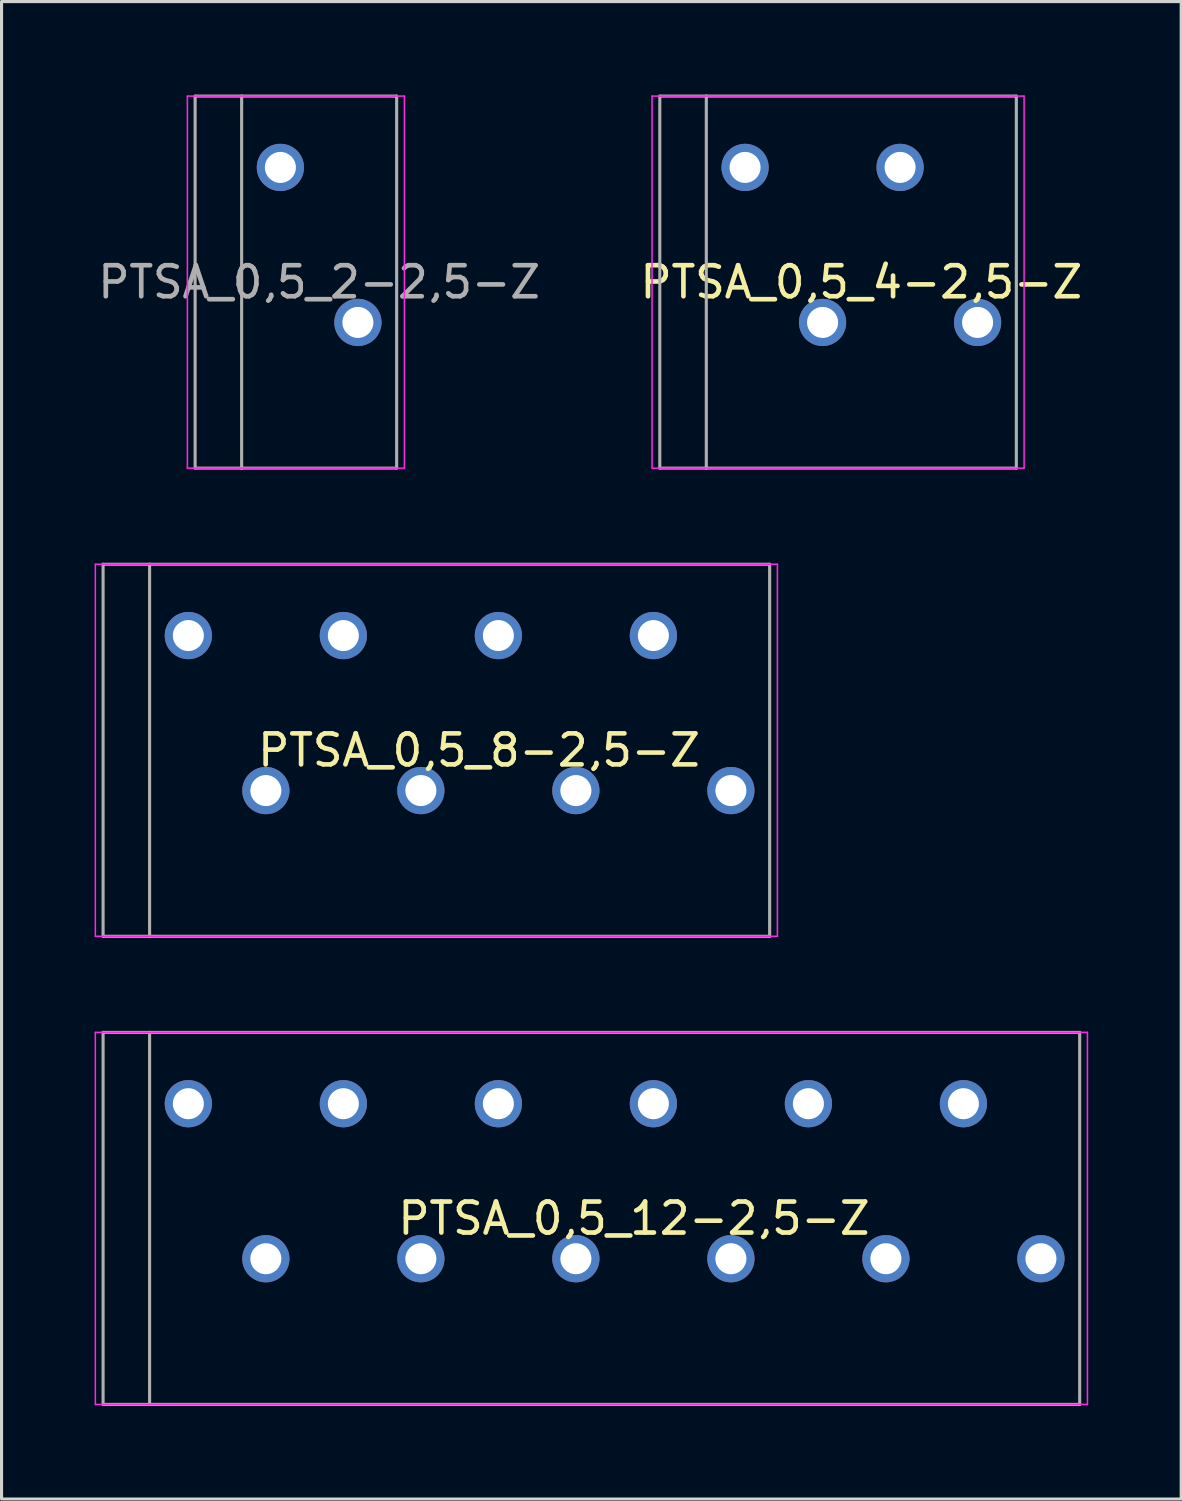
<source format=kicad_pcb>
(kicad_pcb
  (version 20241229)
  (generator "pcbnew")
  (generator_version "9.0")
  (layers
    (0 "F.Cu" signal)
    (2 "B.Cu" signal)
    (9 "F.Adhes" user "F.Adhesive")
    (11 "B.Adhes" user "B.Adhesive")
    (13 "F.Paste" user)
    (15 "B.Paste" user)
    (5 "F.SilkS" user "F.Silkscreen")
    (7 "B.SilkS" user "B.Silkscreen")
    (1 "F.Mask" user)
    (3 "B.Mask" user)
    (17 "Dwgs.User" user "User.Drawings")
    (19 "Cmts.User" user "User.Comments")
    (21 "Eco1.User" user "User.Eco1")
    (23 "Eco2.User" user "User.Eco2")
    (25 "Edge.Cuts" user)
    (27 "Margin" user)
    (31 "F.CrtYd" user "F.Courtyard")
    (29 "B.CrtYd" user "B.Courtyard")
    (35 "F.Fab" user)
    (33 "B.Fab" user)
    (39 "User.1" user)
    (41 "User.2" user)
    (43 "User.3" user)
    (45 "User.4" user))
  (footprint "PTSA_0,5_2-2,5-Z"
    (layer "F.Cu")
    (at 5.994 6.05)
    (property "Reference" "PTSA_0,5_2-2,5-Z" (at 1.25 0 0) (layer "F.Fab") (effects (font (size 1 1) (thickness 0.15))))
    (attr through_hole)
    (fp_line (start -3 -6) (end -3 6) (stroke (width 0.05) (type solid)) (layer "F.CrtYd"))
    (fp_line (start -3 6) (end 4 6) (stroke (width 0.05) (type solid)) (layer "F.CrtYd"))
    (fp_line (start 4 -6) (end -3 -6) (stroke (width 0.05) (type solid)) (layer "F.CrtYd"))
    (fp_line (start 4 6) (end 4 -6) (stroke (width 0.05) (type solid)) (layer "F.CrtYd"))
    (fp_line (start -2.75 -6) (end -2.75 6) (stroke (width 0.1) (type solid)) (layer "F.Fab"))
    (fp_line (start -2.75 6) (end -1.25 6) (stroke (width 0.1) (type solid)) (layer "F.Fab"))
    (fp_line (start -1.25 -6) (end -2.75 -6) (stroke (width 0.1) (type solid)) (layer "F.Fab"))
    (fp_line (start -1.25 -6) (end -1.25 6) (stroke (width 0.1) (type solid)) (layer "F.Fab"))
    (fp_line (start -1.25 6) (end 3.75 6) (stroke (width 0.1) (type solid)) (layer "F.Fab"))
    (fp_line (start 3.75 -6) (end -1.25 -6) (stroke (width 0.1) (type solid)) (layer "F.Fab"))
    (fp_line (start 3.75 6) (end 3.75 -6) (stroke (width 0.1) (type solid)) (layer "F.Fab"))
    (pad "1" thru_hole circle (at 0 -3.7) (size 1.524 1.524) (drill 1) (layers "*.Cu" "*.Mask"))
    (pad "2" thru_hole circle (at 2.5 1.3) (size 1.524 1.524) (drill 1) (layers "*.Cu" "*.Mask")))
  (footprint "PTSA_0,5_4-2,5-Z"
    (layer "F.Cu")
    (at 20.982 6.05)
    (property "Reference" "PTSA_0,5_4-2,5-Z" (at 3.75 0 180) (layer "F.SilkS") (effects (font (size 1 1) (thickness 0.15))))
    (attr through_hole)
    (fp_line (start -3 -6) (end -3 6) (stroke (width 0.05) (type solid)) (layer "F.CrtYd"))
    (fp_line (start -3 6) (end 9 6) (stroke (width 0.05) (type solid)) (layer "F.CrtYd"))
    (fp_line (start 9 -6) (end -3 -6) (stroke (width 0.05) (type solid)) (layer "F.CrtYd"))
    (fp_line (start 9 6) (end 9 -6) (stroke (width 0.05) (type solid)) (layer "F.CrtYd"))
    (fp_line (start -2.75 -6) (end -2.75 6) (stroke (width 0.1) (type solid)) (layer "F.Fab"))
    (fp_line (start -2.75 6) (end -1.25 6) (stroke (width 0.1) (type solid)) (layer "F.Fab"))
    (fp_line (start -1.25 -6) (end -2.75 -6) (stroke (width 0.1) (type solid)) (layer "F.Fab"))
    (fp_line (start -1.25 -6) (end -1.25 6) (stroke (width 0.1) (type solid)) (layer "F.Fab"))
    (fp_line (start -1.25 6) (end 8.75 6) (stroke (width 0.1) (type solid)) (layer "F.Fab"))
    (fp_line (start 8.75 -6) (end -1.25 -6) (stroke (width 0.1) (type solid)) (layer "F.Fab"))
    (fp_line (start 8.75 6) (end 8.75 -6) (stroke (width 0.1) (type solid)) (layer "F.Fab"))
    (pad "1" thru_hole circle (at 0 -3.7) (size 1.524 1.524) (drill 1) (layers "*.Cu" "*.Mask"))
    (pad "2" thru_hole circle (at 2.5 1.3) (size 1.524 1.524) (drill 1) (layers "*.Cu" "*.Mask"))
    (pad "3" thru_hole circle (at 5 -3.7) (size 1.524 1.524) (drill 1) (layers "*.Cu" "*.Mask"))
    (pad "4" thru_hole circle (at 7.5 1.3) (size 1.524 1.524) (drill 1) (layers "*.Cu" "*.Mask")))
  (footprint "PTSA_0,5_8-2,5-Z"
    (layer "F.Cu")
    (at 3.025 21.15)
    (property "Reference" "PTSA_0,5_8-2,5-Z" (at 9.375 0 0) (layer "F.SilkS") (effects (font (size 1 1) (thickness 0.15))))
    (attr through_hole)
    (fp_line (start -3 -6) (end -3 6) (stroke (width 0.05) (type solid)) (layer "F.CrtYd"))
    (fp_line (start -3 6) (end 19 6) (stroke (width 0.05) (type solid)) (layer "F.CrtYd"))
    (fp_line (start 19 -6) (end -3 -6) (stroke (width 0.05) (type solid)) (layer "F.CrtYd"))
    (fp_line (start 19 6) (end 19 -6) (stroke (width 0.05) (type solid)) (layer "F.CrtYd"))
    (fp_line (start -2.75 -6) (end -2.75 6) (stroke (width 0.1) (type solid)) (layer "F.Fab"))
    (fp_line (start -2.75 6) (end -1.25 6) (stroke (width 0.1) (type solid)) (layer "F.Fab"))
    (fp_line (start -1.25 -6) (end -2.75 -6) (stroke (width 0.1) (type solid)) (layer "F.Fab"))
    (fp_line (start -1.25 -6) (end -1.25 6) (stroke (width 0.1) (type solid)) (layer "F.Fab"))
    (fp_line (start -1.25 6) (end 18.75 6) (stroke (width 0.1) (type solid)) (layer "F.Fab"))
    (fp_line (start 18.75 -6) (end -1.25 -6) (stroke (width 0.1) (type solid)) (layer "F.Fab"))
    (fp_line (start 18.75 6) (end 18.75 -6) (stroke (width 0.1) (type solid)) (layer "F.Fab"))
    (pad "1" thru_hole circle (at 0 -3.7) (size 1.524 1.524) (drill 1) (layers "*.Cu" "*.Mask"))
    (pad "2" thru_hole circle (at 2.5 1.3) (size 1.524 1.524) (drill 1) (layers "*.Cu" "*.Mask"))
    (pad "3" thru_hole circle (at 5 -3.7) (size 1.524 1.524) (drill 1) (layers "*.Cu" "*.Mask"))
    (pad "4" thru_hole circle (at 7.5 1.3) (size 1.524 1.524) (drill 1) (layers "*.Cu" "*.Mask"))
    (pad "5" thru_hole circle (at 10 -3.7) (size 1.524 1.524) (drill 1) (layers "*.Cu" "*.Mask"))
    (pad "6" thru_hole circle (at 12.5 1.3) (size 1.524 1.524) (drill 1) (layers "*.Cu" "*.Mask"))
    (pad "7" thru_hole circle (at 15 -3.7) (size 1.524 1.524) (drill 1) (layers "*.Cu" "*.Mask"))
    (pad "8" thru_hole circle (at 17.5 1.3) (size 1.524 1.524) (drill 1) (layers "*.Cu" "*.Mask")))
  (footprint "PTSA_0,5_12-2,5-Z"
    (layer "F.Cu")
    (at 3.025 36.25)
    (property "Reference" "PTSA_0,5_12-2,5-Z" (at 14.375 0 0) (layer "F.SilkS") (effects (font (size 1 1) (thickness 0.15))))
    (attr through_hole)
    (fp_line (start -3 -6) (end -3 6) (stroke (width 0.05) (type solid)) (layer "F.CrtYd"))
    (fp_line (start -3 6) (end 29 6) (stroke (width 0.05) (type solid)) (layer "F.CrtYd"))
    (fp_line (start 29 -6) (end -3 -6) (stroke (width 0.05) (type solid)) (layer "F.CrtYd"))
    (fp_line (start 29 6) (end 29 -6) (stroke (width 0.05) (type solid)) (layer "F.CrtYd"))
    (fp_line (start -2.75 -6) (end -2.75 6) (stroke (width 0.1) (type solid)) (layer "F.Fab"))
    (fp_line (start -2.75 6) (end -1.25 6) (stroke (width 0.1) (type solid)) (layer "F.Fab"))
    (fp_line (start -1.25 -6) (end -2.75 -6) (stroke (width 0.1) (type solid)) (layer "F.Fab"))
    (fp_line (start -1.25 -6) (end -1.25 6) (stroke (width 0.1) (type solid)) (layer "F.Fab"))
    (fp_line (start -1.25 6) (end 28.75 6) (stroke (width 0.1) (type solid)) (layer "F.Fab"))
    (fp_line (start 28.75 -6) (end -1.25 -6) (stroke (width 0.1) (type solid)) (layer "F.Fab"))
    (fp_line (start 28.75 6) (end 28.75 -6) (stroke (width 0.1) (type solid)) (layer "F.Fab"))
    (pad "1" thru_hole circle (at 0 -3.7) (size 1.524 1.524) (drill 1) (layers "*.Cu" "*.Mask"))
    (pad "2" thru_hole circle (at 2.5 1.3) (size 1.524 1.524) (drill 1) (layers "*.Cu" "*.Mask"))
    (pad "3" thru_hole circle (at 5 -3.7) (size 1.524 1.524) (drill 1) (layers "*.Cu" "*.Mask"))
    (pad "4" thru_hole circle (at 7.5 1.3) (size 1.524 1.524) (drill 1) (layers "*.Cu" "*.Mask"))
    (pad "5" thru_hole circle (at 10 -3.7) (size 1.524 1.524) (drill 1) (layers "*.Cu" "*.Mask"))
    (pad "6" thru_hole circle (at 12.5 1.3) (size 1.524 1.524) (drill 1) (layers "*.Cu" "*.Mask"))
    (pad "7" thru_hole circle (at 15 -3.7) (size 1.524 1.524) (drill 1) (layers "*.Cu" "*.Mask"))
    (pad "8" thru_hole circle (at 17.5 1.3) (size 1.524 1.524) (drill 1) (layers "*.Cu" "*.Mask"))
    (pad "9" thru_hole circle (at 20 -3.7) (size 1.524 1.524) (drill 1) (layers "*.Cu" "*.Mask"))
    (pad "10" thru_hole circle (at 22.5 1.3) (size 1.524 1.524) (drill 1) (layers "*.Cu" "*.Mask"))
    (pad "11" thru_hole circle (at 25 -3.7) (size 1.524 1.524) (drill 1) (layers "*.Cu" "*.Mask"))
    (pad "12" thru_hole circle (at 27.5 1.3) (size 1.524 1.524) (drill 1) (layers "*.Cu" "*.Mask")))
  (gr_rect
    (start -3 -3)
    (end 35.05 45.3)
    (stroke (width 0.1) (type default))
    (fill no)
    (layer "Edge.Cuts")))
</source>
